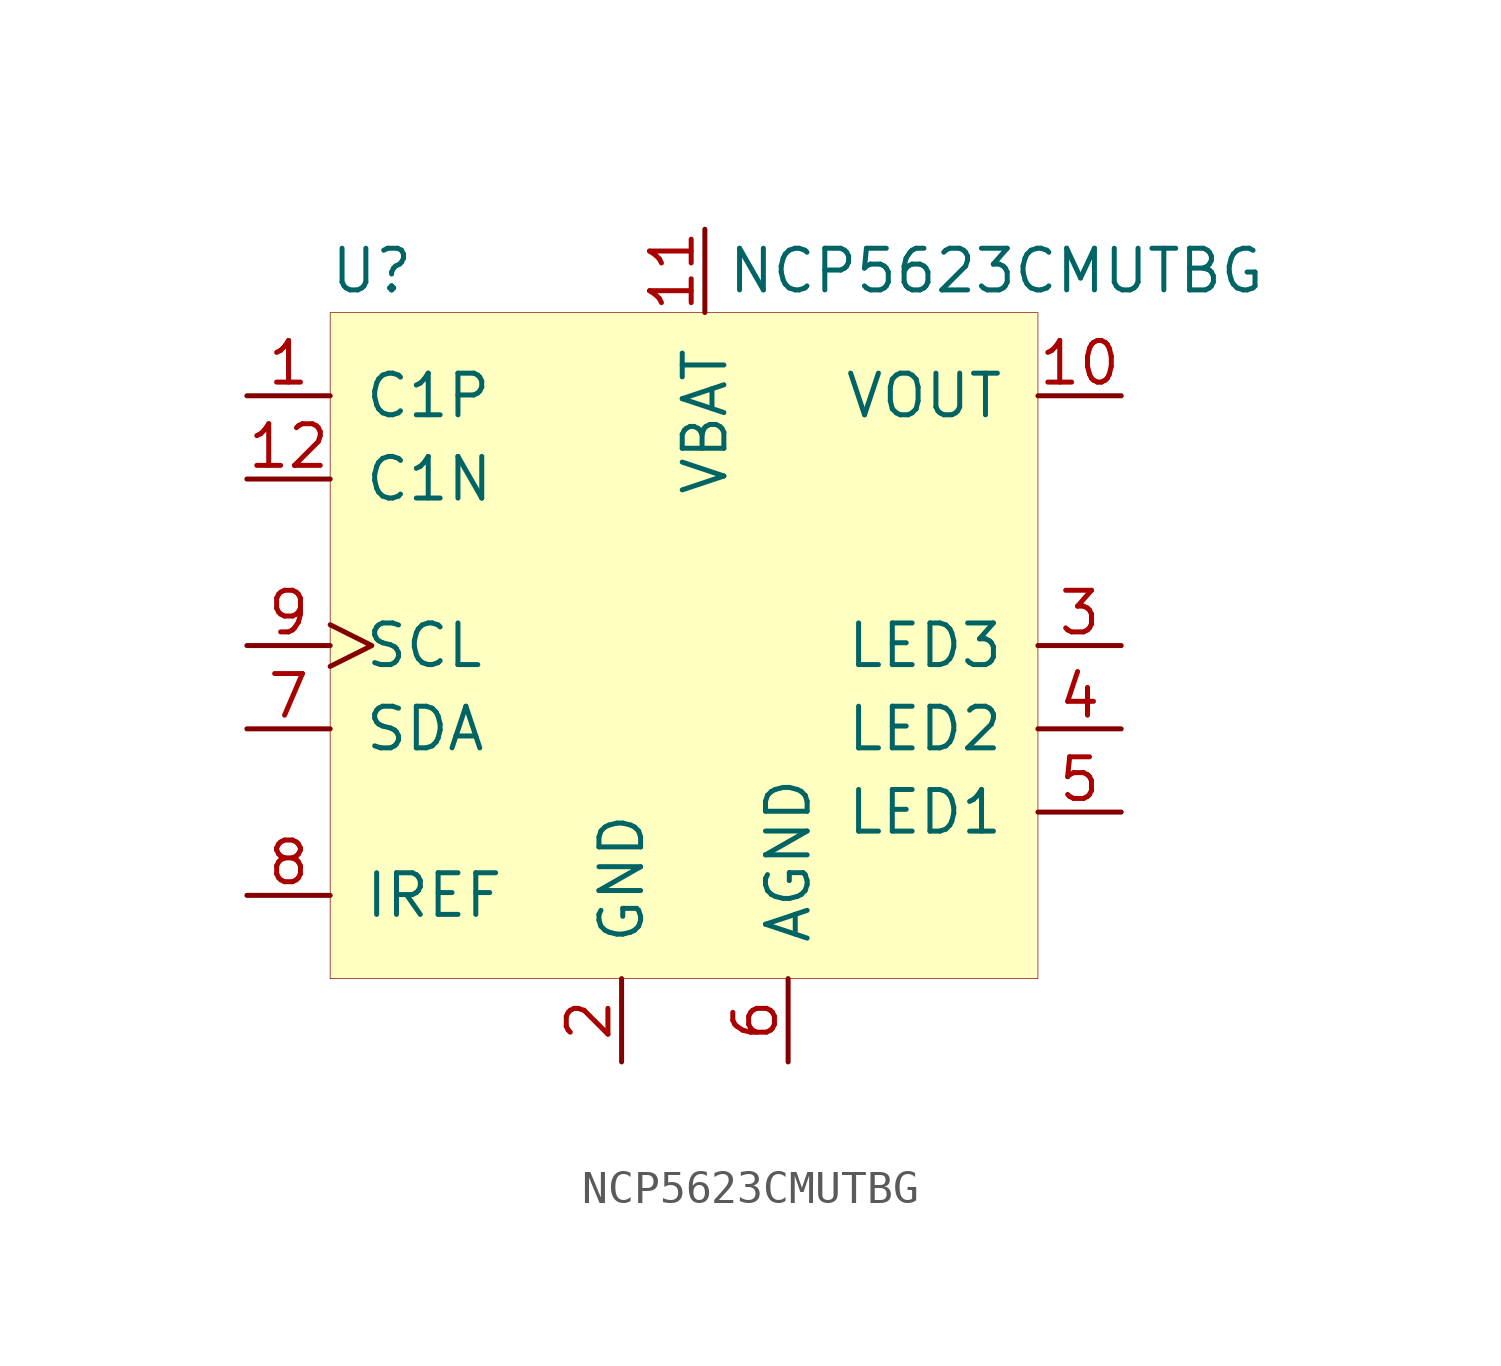
<source format=kicad_sym>
(kicad_symbol_lib
  (version 20200908)
  (generator kicad_symbol_editor)
  (symbol "NCP5623C:NCP5623CMUTBG"
    (pin_names
      (offset 1.016))
    (property "Reference" "U"
      (at -10.16 11.43 0)
      (effects (font (size 1.27 1.27))))
    (property "Value" "NCP5623CMUTBG"
      (at 8.89 11.43 0)
      (effects (font (size 1.27 1.27))))
    (symbol "NCP5623CMUTBG_0_1"
      (rectangle (start -11.43 10.16) (end 10.16 -10.16) (stroke (width 0.001)) (fill (type background))))
    (symbol "NCP5623CMUTBG_0_0"
      (pin passive line (at -13.97 7.62 0) (length 2.54) (name "C1P" (effects (font (size 1.27 1.27)))) (number "1" (effects (font (size 1.27 1.27)))))
      (pin power_in line (at -2.54 -12.7 90) (length 2.54) (name "GND" (effects (font (size 1.27 1.27)))) (number "2" (effects (font (size 1.27 1.27)))))
      (pin passive line (at 12.7 0 180) (length 2.54) (name "LED3" (effects (font (size 1.27 1.27)))) (number "3" (effects (font (size 1.27 1.27)))))
      (pin passive line (at 12.7 -2.54 180) (length 2.54) (name "LED2" (effects (font (size 1.27 1.27)))) (number "4" (effects (font (size 1.27 1.27)))))
      (pin passive line (at 12.7 -5.08 180) (length 2.54) (name "LED1" (effects (font (size 1.27 1.27)))) (number "5" (effects (font (size 1.27 1.27)))))
      (pin power_in line (at 2.54 -12.7 90) (length 2.54) (name "AGND" (effects (font (size 1.27 1.27)))) (number "6" (effects (font (size 1.27 1.27)))))
      (pin passive line (at -13.97 -2.54 0) (length 2.54) (name "SDA" (effects (font (size 1.27 1.27)))) (number "7" (effects (font (size 1.27 1.27)))))
      (pin passive line (at -13.97 -7.62 0) (length 2.54) (name "IREF" (effects (font (size 1.27 1.27)))) (number "8" (effects (font (size 1.27 1.27)))))
      (pin passive clock (at -13.97 0 0) (length 2.54) (name "SCL" (effects (font (size 1.27 1.27)))) (number "9" (effects (font (size 1.27 1.27)))))
      (pin power_out line (at 12.7 7.62 180) (length 2.54) (name "VOUT" (effects (font (size 1.27 1.27)))) (number "10" (effects (font (size 1.27 1.27)))))
      (pin power_in line (at 0 12.7 270) (length 2.54) (name "VBAT" (effects (font (size 1.27 1.27)))) (number "11" (effects (font (size 1.27 1.27)))))
      (pin passive line (at -13.97 5.08 0) (length 2.54) (name "C1N" (effects (font (size 1.27 1.27)))) (number "12" (effects (font (size 1.27 1.27)))))
      (pin power_in line (at -2.54 -12.7 90) (length 2.54) hide (name "GND" (effects (font (size 1.27 1.27)))) (number "13" (effects (font (size 1.27 1.27))))))))
</source>
